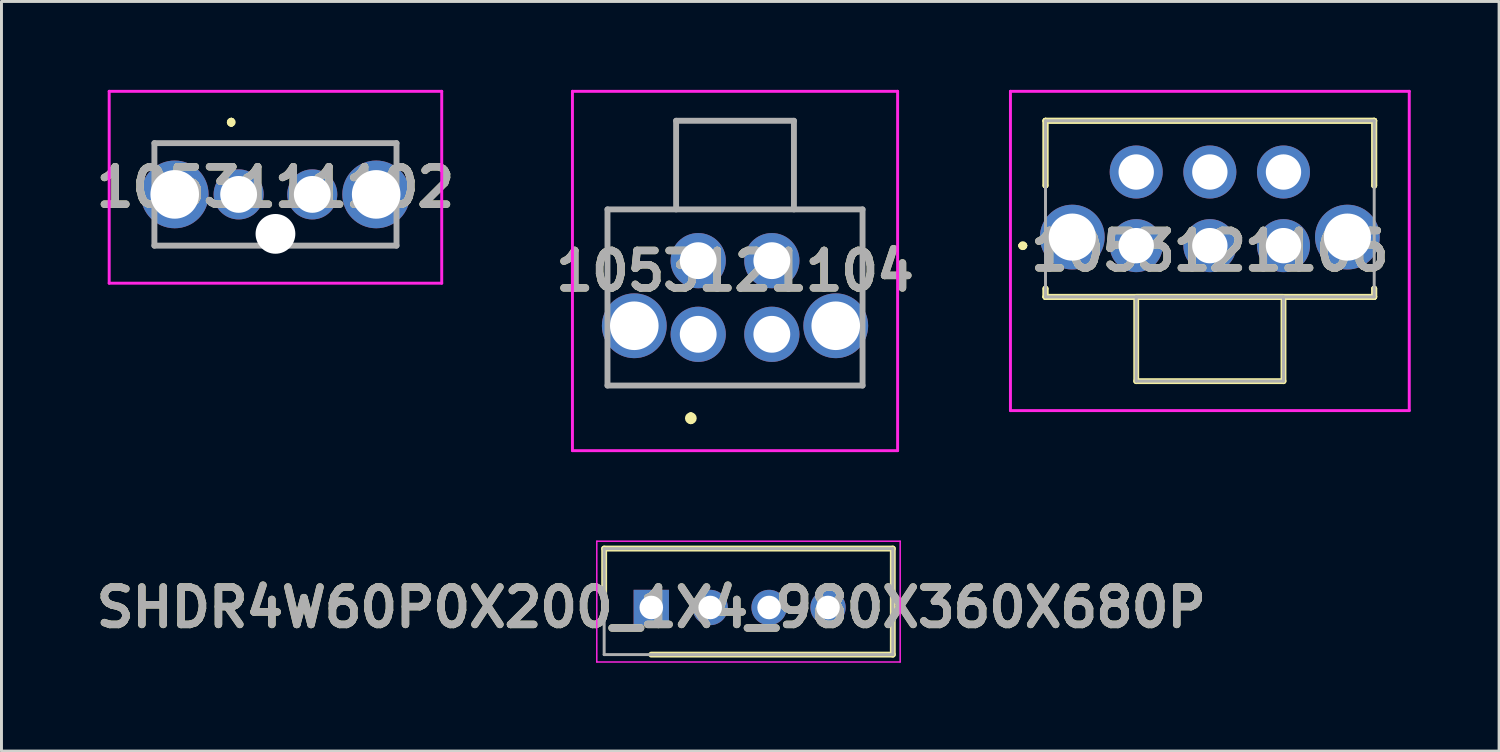
<source format=kicad_pcb>
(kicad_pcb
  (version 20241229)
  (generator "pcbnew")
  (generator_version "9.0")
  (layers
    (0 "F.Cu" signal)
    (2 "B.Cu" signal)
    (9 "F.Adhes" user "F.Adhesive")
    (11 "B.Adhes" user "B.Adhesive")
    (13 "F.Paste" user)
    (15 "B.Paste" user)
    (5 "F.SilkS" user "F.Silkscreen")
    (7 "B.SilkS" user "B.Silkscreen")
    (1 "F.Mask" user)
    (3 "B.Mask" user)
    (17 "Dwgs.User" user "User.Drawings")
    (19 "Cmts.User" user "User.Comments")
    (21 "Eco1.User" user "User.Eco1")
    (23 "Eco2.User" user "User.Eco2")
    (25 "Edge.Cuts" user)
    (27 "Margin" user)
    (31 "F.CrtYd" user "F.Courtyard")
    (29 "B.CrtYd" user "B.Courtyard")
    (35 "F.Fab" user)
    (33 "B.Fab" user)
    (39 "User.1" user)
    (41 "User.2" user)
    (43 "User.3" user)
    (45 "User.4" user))
  (footprint "1053121104"
    (layer "F.Cu")
    (at 20.655 8.3)
    (property "Reference" "1053121104" (at 1.25 -2.15 0) (layer "F.SilkS") (effects (font (size 1.27 1.27) (thickness 0.254))))
    (attr through_hole)
    (fp_line (start -3.08 -4.24) (end 5.58 -4.24) (stroke (width 0.1) (type solid)) (layer "F.SilkS"))
    (fp_line (start -0.25 2.75) (end -0.25 2.75) (stroke (width 0.2) (type solid)) (layer "F.SilkS"))
    (fp_line (start -0.25 2.95) (end -0.25 2.95) (stroke (width 0.2) (type solid)) (layer "F.SilkS"))
    (fp_line (start 5.58 1.74) (end -3.08 1.75) (stroke (width 0.1) (type solid)) (layer "F.SilkS"))
    (fp_arc (start -0.25 2.75) (mid -0.15 2.85) (end -0.25 2.95) (stroke (width 0.2) (type solid)) (layer "F.SilkS"))
    (fp_arc (start -0.25 2.95) (mid -0.35 2.85) (end -0.25 2.75) (stroke (width 0.2) (type solid)) (layer "F.SilkS"))
    (fp_line (start -4.27 -8.25) (end 6.77 -8.25) (stroke (width 0.1) (type solid)) (layer "F.CrtYd"))
    (fp_line (start -4.27 3.95) (end -4.27 -8.25) (stroke (width 0.1) (type solid)) (layer "F.CrtYd"))
    (fp_line (start 6.77 -8.25) (end 6.77 3.95) (stroke (width 0.1) (type solid)) (layer "F.CrtYd"))
    (fp_line (start 6.77 3.95) (end -4.27 3.95) (stroke (width 0.1) (type solid)) (layer "F.CrtYd"))
    (fp_line (start -3.08 -4.24) (end 5.58 -4.24) (stroke (width 0.2) (type solid)) (layer "F.Fab"))
    (fp_line (start -3.08 1.74) (end -3.08 -4.24) (stroke (width 0.2) (type solid)) (layer "F.Fab"))
    (fp_line (start -0.75 -7.25) (end 3.25 -7.25) (stroke (width 0.2) (type solid)) (layer "F.Fab"))
    (fp_line (start -0.75 -4.24) (end -0.75 -7.25) (stroke (width 0.2) (type solid)) (layer "F.Fab"))
    (fp_line (start 3.25 -7.25) (end 3.25 -4.24) (stroke (width 0.2) (type solid)) (layer "F.Fab"))
    (fp_line (start 5.58 -4.24) (end 5.58 1.74) (stroke (width 0.2) (type solid)) (layer "F.Fab"))
    (fp_line (start 5.58 1.74) (end -3.08 1.74) (stroke (width 0.2) (type solid)) (layer "F.Fab"))
    (fp_text user "${REFERENCE}" (at 1.25 -2.15 0) (layer "F.Fab") (effects (font (size 1.27 1.27) (thickness 0.254))))
    (pad "1" thru_hole circle (at 0 0) (size 1.875 1.875) (drill 1.25) (layers "*.Cu" "*.Mask"))
    (pad "2" thru_hole circle (at 2.5 0) (size 1.875 1.875) (drill 1.25) (layers "*.Cu" "*.Mask"))
    (pad "3" thru_hole circle (at 0 -2.5) (size 1.875 1.875) (drill 1.25) (layers "*.Cu" "*.Mask"))
    (pad "4" thru_hole circle (at 2.5 -2.5) (size 1.875 1.875) (drill 1.25) (layers "*.Cu" "*.Mask"))
    (pad "MH1" thru_hole circle (at -2.17 -0.29) (size 2.2 2.2) (drill 1.65) (layers "*.Cu" "*.Mask"))
    (pad "MH2" thru_hole circle (at 4.67 -0.29) (size 2.2 2.2) (drill 1.65) (layers "*.Cu" "*.Mask")))
  (footprint "SHDR4W60P0X200_1X4_980X360X680P"
    (layer "F.Cu")
    (at 19.062 17.575)
    (property "Reference" "SHDR4W60P0X200_1X4_980X360X680P" (at 0 0 0) (layer "F.SilkS") (effects (font (size 1.27 1.27) (thickness 0.254))))
    (attr through_hole)
    (fp_line (start -1.6 -2) (end -1.6 0) (stroke (width 0.2) (type solid)) (layer "F.SilkS"))
    (fp_line (start 0 1.6) (end 8.2 1.6) (stroke (width 0.2) (type solid)) (layer "F.SilkS"))
    (fp_line (start 8.2 -2) (end -1.6 -2) (stroke (width 0.2) (type solid)) (layer "F.SilkS"))
    (fp_line (start 8.2 1.6) (end 8.2 -2) (stroke (width 0.2) (type solid)) (layer "F.SilkS"))
    (fp_line (start -1.85 -2.25) (end 8.45 -2.25) (stroke (width 0.05) (type solid)) (layer "F.CrtYd"))
    (fp_line (start -1.85 1.85) (end -1.85 -2.25) (stroke (width 0.05) (type solid)) (layer "F.CrtYd"))
    (fp_line (start 8.45 -2.25) (end 8.45 1.85) (stroke (width 0.05) (type solid)) (layer "F.CrtYd"))
    (fp_line (start 8.45 1.85) (end -1.85 1.85) (stroke (width 0.05) (type solid)) (layer "F.CrtYd"))
    (fp_line (start -1.6 -2) (end 8.2 -2) (stroke (width 0.1) (type solid)) (layer "F.Fab"))
    (fp_line (start -1.6 1.6) (end -1.6 -2) (stroke (width 0.1) (type solid)) (layer "F.Fab"))
    (fp_line (start 8.2 -2) (end 8.2 1.6) (stroke (width 0.1) (type solid)) (layer "F.Fab"))
    (fp_line (start 8.2 1.6) (end -1.6 1.6) (stroke (width 0.1) (type solid)) (layer "F.Fab"))
    (fp_text user "${REFERENCE}" (at 0 0 0) (layer "F.Fab") (effects (font (size 1.27 1.27) (thickness 0.254))))
    (pad "1" thru_hole rect (at 0 0) (size 1.2 1.2) (drill 0.8) (layers "*.Cu" "*.Mask"))
    (pad "2" thru_hole circle (at 2 0) (size 1.2 1.2) (drill 0.8) (layers "*.Cu" "*.Mask"))
    (pad "3" thru_hole circle (at 4 0) (size 1.2 1.2) (drill 0.8) (layers "*.Cu" "*.Mask"))
    (pad "4" thru_hole circle (at 6 0) (size 1.2 1.2) (drill 0.8) (layers "*.Cu" "*.Mask")))
  (footprint "1053111102"
    (layer "F.Cu")
    (at 5.052 3.55)
    (property "Reference" "1053111102" (at 1.25 -0.242 0) (layer "F.SilkS") (effects (font (size 1.27 1.27) (thickness 0.254))))
    (attr through_hole)
    (fp_line (start -2.86 -1.75) (end 5.36 -1.74) (stroke (width 0.1) (type solid)) (layer "F.SilkS"))
    (fp_line (start -2.86 -1.5) (end -2.86 -1.75) (stroke (width 0.1) (type solid)) (layer "F.SilkS"))
    (fp_line (start -2.86 1.5) (end -2.86 1.75) (stroke (width 0.1) (type solid)) (layer "F.SilkS"))
    (fp_line (start -2.86 1.75) (end 0 1.74) (stroke (width 0.1) (type solid)) (layer "F.SilkS"))
    (fp_line (start -0.25 -2.5) (end -0.25 -2.5) (stroke (width 0.2) (type solid)) (layer "F.SilkS"))
    (fp_line (start -0.25 -2.5) (end -0.25 -2.5) (stroke (width 0.2) (type solid)) (layer "F.SilkS"))
    (fp_line (start -0.25 -2.4) (end -0.25 -2.4) (stroke (width 0.2) (type solid)) (layer "F.SilkS"))
    (fp_line (start 2.5 1.75) (end 5.36 1.74) (stroke (width 0.1) (type solid)) (layer "F.SilkS"))
    (fp_line (start 5.36 -1.74) (end 5.36 -1.5) (stroke (width 0.1) (type solid)) (layer "F.SilkS"))
    (fp_line (start 5.36 1.74) (end 5.36 1.5) (stroke (width 0.1) (type solid)) (layer "F.SilkS"))
    (fp_arc (start -0.25 -2.5) (mid -0.2 -2.45) (end -0.25 -2.4) (stroke (width 0.2) (type solid)) (layer "F.SilkS"))
    (fp_arc (start -0.25 -2.4) (mid -0.3 -2.45) (end -0.25 -2.5) (stroke (width 0.2) (type solid)) (layer "F.SilkS"))
    (fp_arc (start -0.25 -2.4) (mid -0.3 -2.45) (end -0.25 -2.5) (stroke (width 0.2) (type solid)) (layer "F.SilkS"))
    (fp_line (start -4.395 -3.5) (end 6.895 -3.5) (stroke (width 0.1) (type solid)) (layer "F.CrtYd"))
    (fp_line (start -4.395 3.015) (end -4.395 -3.5) (stroke (width 0.1) (type solid)) (layer "F.CrtYd"))
    (fp_line (start 6.895 -3.5) (end 6.895 3.015) (stroke (width 0.1) (type solid)) (layer "F.CrtYd"))
    (fp_line (start 6.895 3.015) (end -4.395 3.015) (stroke (width 0.1) (type solid)) (layer "F.CrtYd"))
    (fp_line (start -2.86 -1.74) (end 5.36 -1.74) (stroke (width 0.2) (type solid)) (layer "F.Fab"))
    (fp_line (start -2.86 1.74) (end -2.86 -1.74) (stroke (width 0.2) (type solid)) (layer "F.Fab"))
    (fp_line (start 5.36 -1.74) (end 5.36 1.74) (stroke (width 0.2) (type solid)) (layer "F.Fab"))
    (fp_line (start 5.36 1.74) (end -2.86 1.74) (stroke (width 0.2) (type solid)) (layer "F.Fab"))
    (fp_text user "${REFERENCE}" (at 1.25 -0.242 0) (layer "F.Fab") (effects (font (size 1.27 1.27) (thickness 0.254))))
    (pad "" np_thru_hole circle (at 1.25 1.34) (size 1.35 1.35) (drill 1.35) (layers "*.Cu" "*.Mask"))
    (pad "1" thru_hole circle (at 0 0) (size 1.7 1.7) (drill 1.25) (layers "*.Cu" "*.Mask"))
    (pad "2" thru_hole circle (at 2.5 0) (size 1.7 1.7) (drill 1.25) (layers "*.Cu" "*.Mask"))
    (pad "MH1" thru_hole circle (at -2.17 0) (size 2.3 2.3) (drill 1.65) (layers "*.Cu" "*.Mask"))
    (pad "MH2" thru_hole circle (at 4.67 0) (size 2.3 2.3) (drill 1.65) (layers "*.Cu" "*.Mask")))
  (footprint "1053121106"
    (layer "F.Cu")
    (at 35.526 5.29)
    (property "Reference" "1053121106" (at 2.5 0.18 0) (layer "F.SilkS") (effects (font (size 1.27 1.27) (thickness 0.254))))
    (attr through_hole)
    (fp_line (start -3.9 0) (end -3.9 0) (stroke (width 0.2) (type solid)) (layer "F.SilkS"))
    (fp_line (start -3.9 0) (end -3.9 0) (stroke (width 0.2) (type solid)) (layer "F.SilkS"))
    (fp_line (start -3.8 0) (end -3.8 0) (stroke (width 0.2) (type solid)) (layer "F.SilkS"))
    (fp_line (start -3.08 -4.24) (end -3.08 -4.24) (stroke (width 0.2) (type solid)) (layer "F.SilkS"))
    (fp_line (start -3.08 -4.24) (end -3.08 -4.24) (stroke (width 0.2) (type solid)) (layer "F.SilkS"))
    (fp_line (start -3.08 -4.24) (end -3.08 -2.04) (stroke (width 0.2) (type solid)) (layer "F.SilkS"))
    (fp_line (start -3.08 -4.24) (end 8.08 -4.24) (stroke (width 0.2) (type solid)) (layer "F.SilkS"))
    (fp_line (start -3.08 -2.04) (end -3.08 -4.24) (stroke (width 0.2) (type solid)) (layer "F.SilkS"))
    (fp_line (start -3.08 -2.04) (end -3.08 -2.04) (stroke (width 0.2) (type solid)) (layer "F.SilkS"))
    (fp_line (start -3.08 1.46) (end -3.08 1.46) (stroke (width 0.2) (type solid)) (layer "F.SilkS"))
    (fp_line (start -3.08 1.46) (end -3.08 1.74) (stroke (width 0.2) (type solid)) (layer "F.SilkS"))
    (fp_line (start -3.08 1.74) (end -3.08 1.46) (stroke (width 0.2) (type solid)) (layer "F.SilkS"))
    (fp_line (start -3.08 1.74) (end -3.08 1.74) (stroke (width 0.2) (type solid)) (layer "F.SilkS"))
    (fp_line (start -3.08 1.74) (end -3.08 1.74) (stroke (width 0.2) (type solid)) (layer "F.SilkS"))
    (fp_line (start -3.08 1.74) (end 8.08 1.74) (stroke (width 0.2) (type solid)) (layer "F.SilkS"))
    (fp_line (start 0 1.74) (end 5 1.74) (stroke (width 0.2) (type solid)) (layer "F.SilkS"))
    (fp_line (start 0 4.6) (end 0 1.74) (stroke (width 0.2) (type solid)) (layer "F.SilkS"))
    (fp_line (start 5 1.74) (end 5 4.6) (stroke (width 0.2) (type solid)) (layer "F.SilkS"))
    (fp_line (start 5 4.6) (end 0 4.6) (stroke (width 0.2) (type solid)) (layer "F.SilkS"))
    (fp_line (start 8.08 -4.24) (end -3.08 -4.24) (stroke (width 0.2) (type solid)) (layer "F.SilkS"))
    (fp_line (start 8.08 -4.24) (end 8.08 -4.24) (stroke (width 0.2) (type solid)) (layer "F.SilkS"))
    (fp_line (start 8.08 -4.24) (end 8.08 -4.24) (stroke (width 0.2) (type solid)) (layer "F.SilkS"))
    (fp_line (start 8.08 -4.24) (end 8.08 -2.04) (stroke (width 0.2) (type solid)) (layer "F.SilkS"))
    (fp_line (start 8.08 -2.04) (end 8.08 -4.24) (stroke (width 0.2) (type solid)) (layer "F.SilkS"))
    (fp_line (start 8.08 -2.04) (end 8.08 -2.04) (stroke (width 0.2) (type solid)) (layer "F.SilkS"))
    (fp_line (start 8.08 1.46) (end 8.08 1.46) (stroke (width 0.2) (type solid)) (layer "F.SilkS"))
    (fp_line (start 8.08 1.46) (end 8.08 1.74) (stroke (width 0.2) (type solid)) (layer "F.SilkS"))
    (fp_line (start 8.08 1.74) (end -3.08 1.74) (stroke (width 0.2) (type solid)) (layer "F.SilkS"))
    (fp_line (start 8.08 1.74) (end 8.08 1.46) (stroke (width 0.2) (type solid)) (layer "F.SilkS"))
    (fp_line (start 8.08 1.74) (end 8.08 1.74) (stroke (width 0.2) (type solid)) (layer "F.SilkS"))
    (fp_line (start 8.08 1.74) (end 8.08 1.74) (stroke (width 0.2) (type solid)) (layer "F.SilkS"))
    (fp_arc (start -3.9 0) (mid -3.85 -0.05) (end -3.8 0) (stroke (width 0.2) (type solid)) (layer "F.SilkS"))
    (fp_arc (start -3.8 0) (mid -3.85 0.05) (end -3.9 0) (stroke (width 0.2) (type solid)) (layer "F.SilkS"))
    (fp_arc (start -3.8 0) (mid -3.85 0.05) (end -3.9 0) (stroke (width 0.2) (type solid)) (layer "F.SilkS"))
    (fp_line (start -4.27 -5.24) (end 9.27 -5.24) (stroke (width 0.1) (type solid)) (layer "F.CrtYd"))
    (fp_line (start -4.27 5.6) (end -4.27 -5.24) (stroke (width 0.1) (type solid)) (layer "F.CrtYd"))
    (fp_line (start 9.27 -5.24) (end 9.27 5.6) (stroke (width 0.1) (type solid)) (layer "F.CrtYd"))
    (fp_line (start 9.27 5.6) (end -4.27 5.6) (stroke (width 0.1) (type solid)) (layer "F.CrtYd"))
    (fp_line (start -3.08 -4.24) (end -3.08 1.74) (stroke (width 0.1) (type solid)) (layer "F.Fab"))
    (fp_line (start -3.08 1.74) (end 8.08 1.74) (stroke (width 0.1) (type solid)) (layer "F.Fab"))
    (fp_line (start 0 1.74) (end 5 1.74) (stroke (width 0.1) (type solid)) (layer "F.Fab"))
    (fp_line (start 0 4.6) (end 0 1.74) (stroke (width 0.1) (type solid)) (layer "F.Fab"))
    (fp_line (start 5 1.74) (end 5 4.6) (stroke (width 0.1) (type solid)) (layer "F.Fab"))
    (fp_line (start 5 4.6) (end 0 4.6) (stroke (width 0.1) (type solid)) (layer "F.Fab"))
    (fp_line (start 8.08 -4.24) (end -3.08 -4.24) (stroke (width 0.1) (type solid)) (layer "F.Fab"))
    (fp_line (start 8.08 1.74) (end 8.08 -4.24) (stroke (width 0.1) (type solid)) (layer "F.Fab"))
    (fp_text user "${REFERENCE}" (at 2.5 0.18 0) (layer "F.Fab") (effects (font (size 1.27 1.27) (thickness 0.254))))
    (pad "1" thru_hole circle (at 0 0) (size 1.8 1.8) (drill 1.2) (layers "*.Cu" "*.Mask"))
    (pad "2" thru_hole circle (at 2.5 0) (size 1.8 1.8) (drill 1.2) (layers "*.Cu" "*.Mask"))
    (pad "3" thru_hole circle (at 5 0) (size 1.8 1.8) (drill 1.2) (layers "*.Cu" "*.Mask"))
    (pad "4" thru_hole circle (at 0 -2.5) (size 1.8 1.8) (drill 1.2) (layers "*.Cu" "*.Mask"))
    (pad "5" thru_hole circle (at 2.5 -2.5) (size 1.8 1.8) (drill 1.2) (layers "*.Cu" "*.Mask"))
    (pad "6" thru_hole circle (at 5 -2.5) (size 1.8 1.8) (drill 1.2) (layers "*.Cu" "*.Mask"))
    (pad "MH1" thru_hole circle (at -2.17 -0.29) (size 2.2 2.2) (drill 1.6) (layers "*.Cu" "*.Mask"))
    (pad "MH2" thru_hole circle (at 7.17 -0.29) (size 2.2 2.2) (drill 1.6) (layers "*.Cu" "*.Mask")))
  (gr_rect
    (start -3 -3)
    (end 47.846 22.45)
    (stroke (width 0.1) (type default))
    (fill no)
    (layer "Edge.Cuts")))
</source>
